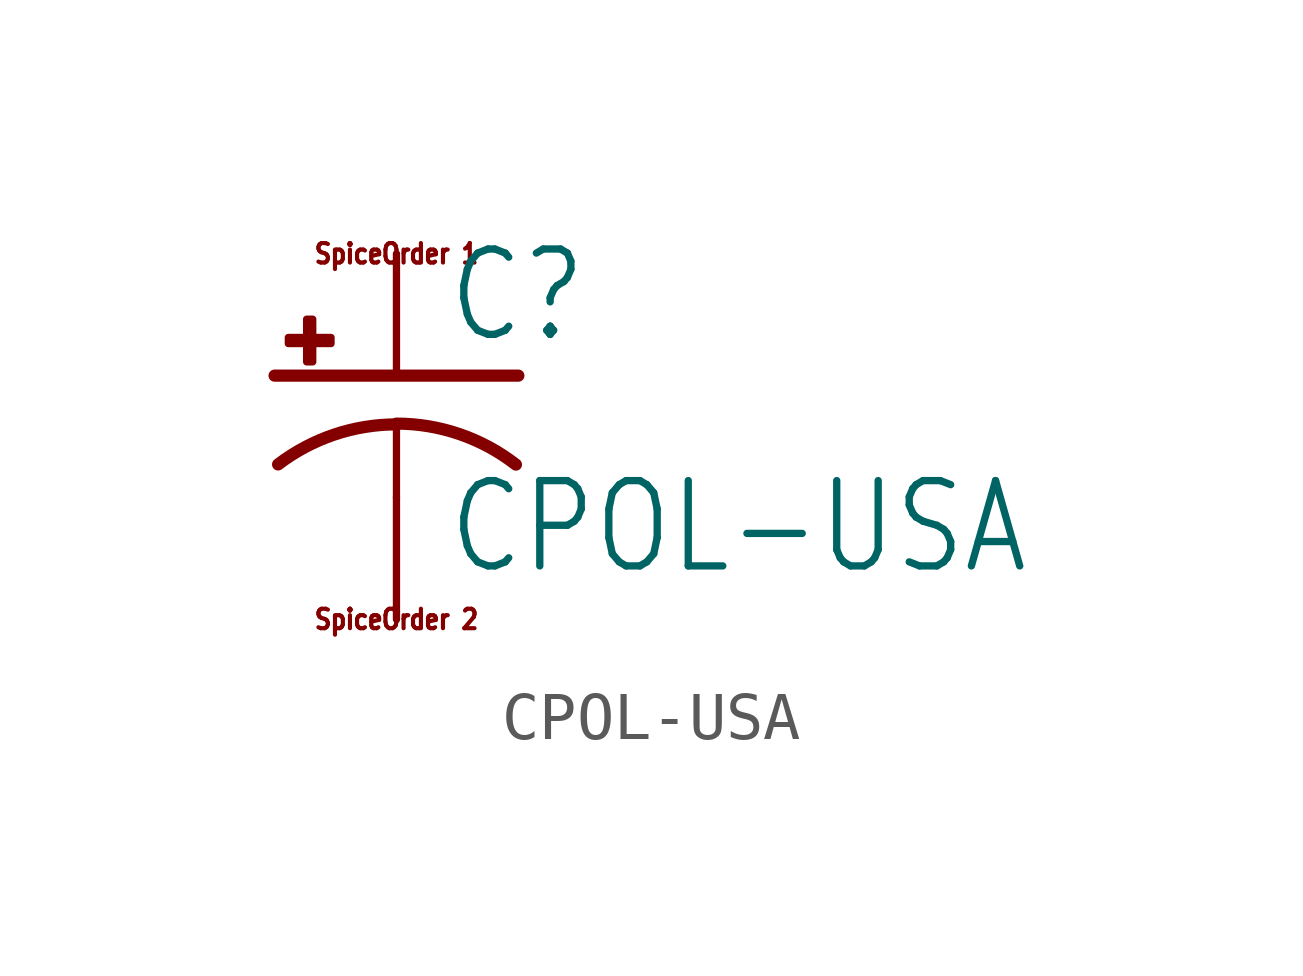
<source format=kicad_sym>
(kicad_symbol_lib
  (version 20211014)
  (generator kicad_symbol_editor)
  (symbol "CPOL-USA"
    (property "Reference" "C"
      (at 1.016 0.635 0)
      (effects (font (size 1.778 1.511)) (justify left bottom)))
    (property "Value" "CPOL-USA"
      (at 1.016 -4.191 0)
      (effects (font (size 1.778 1.511)) (justify left bottom)))
    (property "ki_locked" ""
      (at 0 0 0)
      (effects (font (size 1.27 1.27))))
    (symbol "CPOL-USA_1_0"
      (rectangle (start -2.253 0.668) (end -1.364 0.795) (stroke (width 0) (type default) (color 0 0 0 0)) (fill (type outline)))
      (rectangle (start -1.872 0.287) (end -1.745 1.176) (stroke (width 0) (type default) (color 0 0 0 0)) (fill (type outline)))
      (arc (start 0 -1.0161) (mid -1.3021 -1.2302) (end -2.4669 -1.8504) (stroke (width 0.254) (type default) (color 0 0 0 0)) (fill (type none)))
      (polyline (pts (xy -2.54 0) (xy 2.54 0)) (stroke (width 0.254) (type default) (color 0 0 0 0)) (fill (type none)))
      (polyline (pts (xy 0 -1.016) (xy 0 -2.54)) (stroke (width 0.152) (type default) (color 0 0 0 0)) (fill (type none)))
      (arc (start 2.4892 -1.8542) (mid 1.3158 -1.2195) (end 0 -1) (stroke (width 0.254) (type default) (color 0 0 0 0)) (fill (type none)))
      (text "SpiceOrder 1" (at 0 2.54 0) (effects (font (size 0.406 0.345))))
      (text "SpiceOrder 2" (at 0 -5.08 0) (effects (font (size 0.406 0.345))))
      (pin passive line (at 0 2.54 270) (length 2.54) (name "+" (effects (font (size 0 0)))) (number "+" (effects (font (size 0 0)))))
      (pin passive line (at 0 -5.08 90) (length 2.54) (name "-" (effects (font (size 0 0)))) (number "-" (effects (font (size 0 0))))))))
</source>
